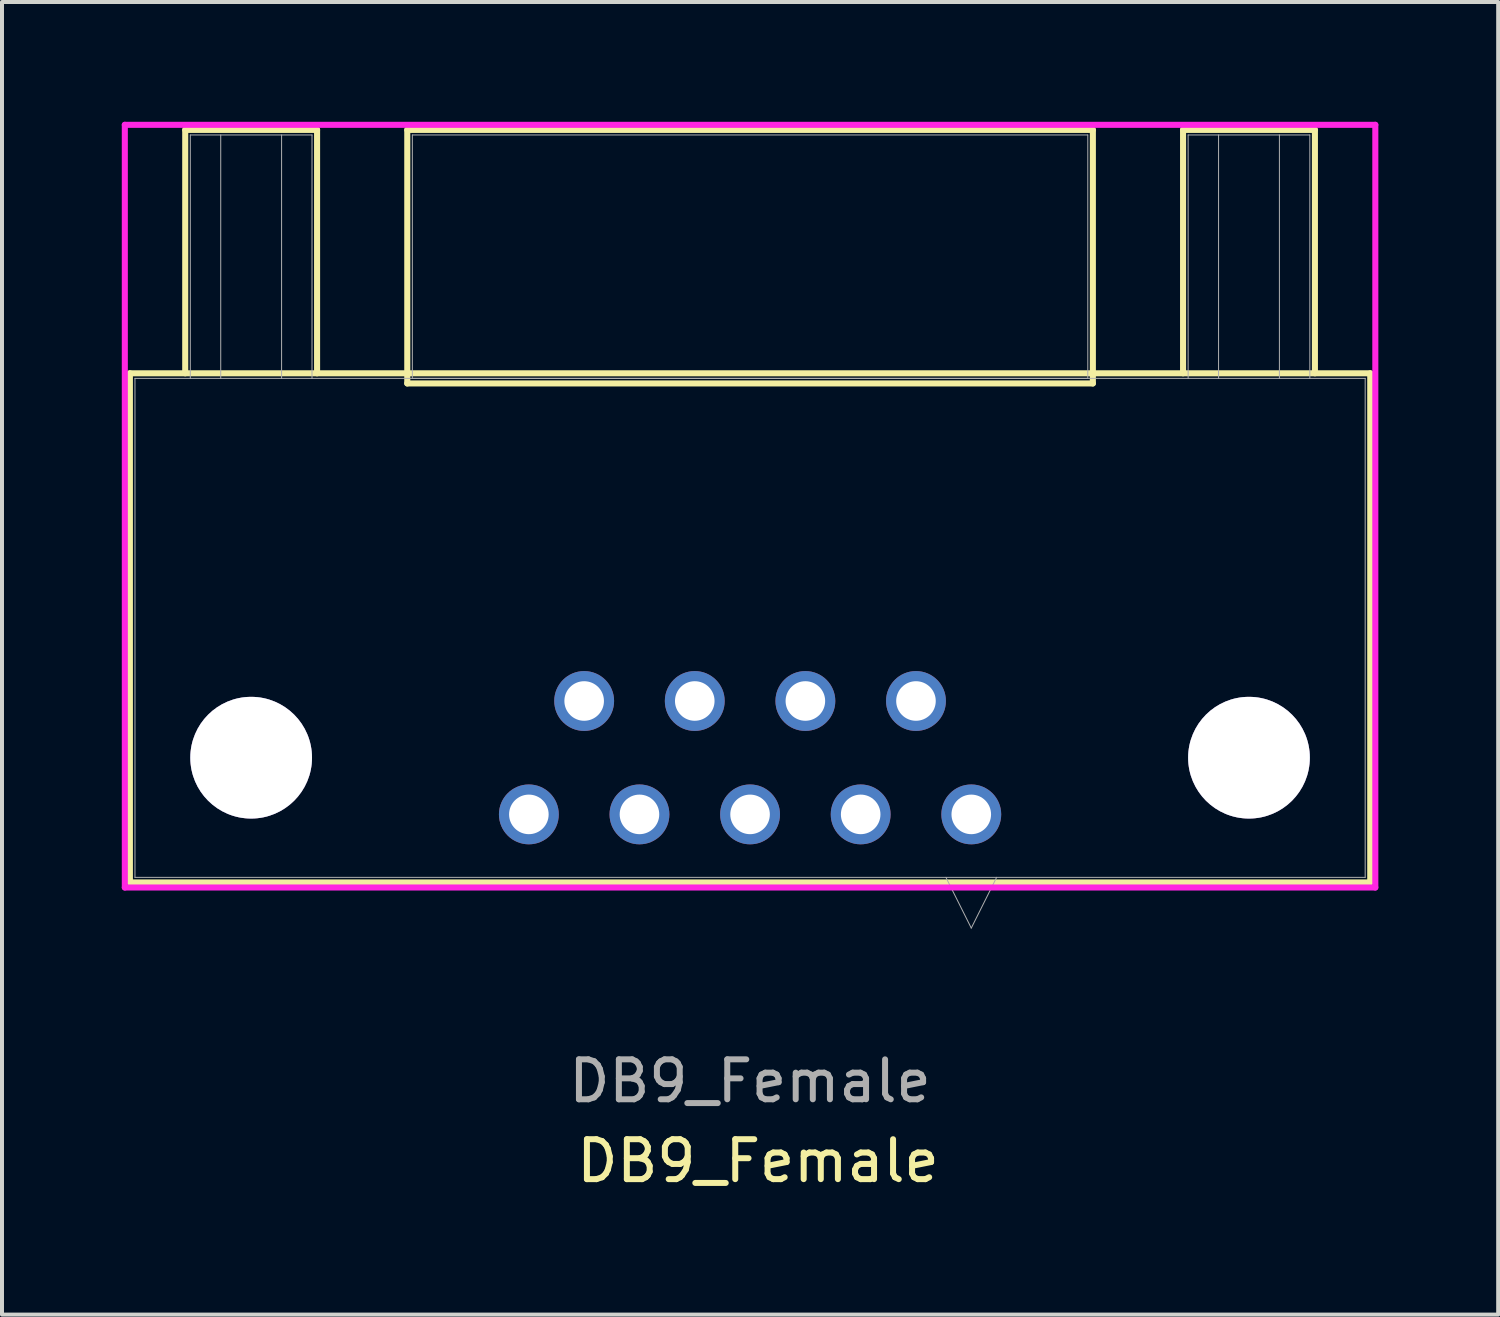
<source format=kicad_pcb>
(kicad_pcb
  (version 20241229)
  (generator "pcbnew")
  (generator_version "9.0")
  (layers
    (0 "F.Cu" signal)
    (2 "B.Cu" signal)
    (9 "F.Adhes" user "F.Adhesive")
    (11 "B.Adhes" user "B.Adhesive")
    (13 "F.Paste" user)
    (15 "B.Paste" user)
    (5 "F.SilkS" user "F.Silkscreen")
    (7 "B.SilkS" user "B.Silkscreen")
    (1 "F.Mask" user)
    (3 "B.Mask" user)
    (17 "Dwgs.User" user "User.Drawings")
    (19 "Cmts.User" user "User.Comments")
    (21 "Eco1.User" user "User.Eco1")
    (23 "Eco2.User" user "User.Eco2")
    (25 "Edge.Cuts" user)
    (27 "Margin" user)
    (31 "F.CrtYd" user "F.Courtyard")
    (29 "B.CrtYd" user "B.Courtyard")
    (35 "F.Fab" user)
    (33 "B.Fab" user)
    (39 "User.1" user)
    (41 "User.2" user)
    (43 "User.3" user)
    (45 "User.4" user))
  (footprint "DB9_Female"
    (layer "F.Cu")
    (at 15.735 6.426)
    (property "Reference" "DB9_Female" (at 0.2 19.6 0) (unlocked yes) (layer "F.SilkS") (effects (font (size 1 1) (thickness 0.15))))
    (attr through_hole)
    (fp_line (start -15.532 -0.127) (end -15.532 12.624) (stroke (width 0.152) (type solid)) (layer "F.SilkS"))
    (fp_line (start -15.532 12.624) (end 15.532 12.624) (stroke (width 0.152) (type solid)) (layer "F.SilkS"))
    (fp_line (start -14.146 -6.223) (end -10.844 -6.223) (stroke (width 0.152) (type solid)) (layer "F.SilkS"))
    (fp_line (start -14.146 -0.127) (end -14.146 -6.223) (stroke (width 0.152) (type solid)) (layer "F.SilkS"))
    (fp_line (start -10.844 -6.223) (end -10.844 -0.127) (stroke (width 0.152) (type solid)) (layer "F.SilkS"))
    (fp_line (start -8.585 -6.223) (end -8.585 0.127) (stroke (width 0.152) (type solid)) (layer "F.SilkS"))
    (fp_line (start -8.585 0.127) (end 8.585 0.127) (stroke (width 0.152) (type solid)) (layer "F.SilkS"))
    (fp_line (start 8.585 -6.223) (end -8.585 -6.223) (stroke (width 0.152) (type solid)) (layer "F.SilkS"))
    (fp_line (start 8.585 0.127) (end 8.585 -6.223) (stroke (width 0.152) (type solid)) (layer "F.SilkS"))
    (fp_line (start 10.844 -6.223) (end 14.146 -6.223) (stroke (width 0.152) (type solid)) (layer "F.SilkS"))
    (fp_line (start 10.844 -0.127) (end 10.844 -6.223) (stroke (width 0.152) (type solid)) (layer "F.SilkS"))
    (fp_line (start 14.146 -6.223) (end 14.146 -0.127) (stroke (width 0.152) (type solid)) (layer "F.SilkS"))
    (fp_line (start 15.532 -0.127) (end -15.532 -0.127) (stroke (width 0.152) (type solid)) (layer "F.SilkS"))
    (fp_line (start 15.532 12.624) (end 15.532 -0.127) (stroke (width 0.152) (type solid)) (layer "F.SilkS"))
    (fp_line (start -15.659 -6.35) (end -15.659 12.751) (stroke (width 0.152) (type solid)) (layer "F.CrtYd"))
    (fp_line (start -15.659 12.751) (end 15.659 12.751) (stroke (width 0.152) (type solid)) (layer "F.CrtYd"))
    (fp_line (start 15.659 -6.35) (end -15.659 -6.35) (stroke (width 0.152) (type solid)) (layer "F.CrtYd"))
    (fp_line (start 15.659 12.751) (end 15.659 -6.35) (stroke (width 0.152) (type solid)) (layer "F.CrtYd"))
    (fp_line (start -15.405 0) (end -15.405 12.497) (stroke (width 0.025) (type solid)) (layer "F.Fab"))
    (fp_line (start -15.405 12.497) (end 15.405 12.497) (stroke (width 0.025) (type solid)) (layer "F.Fab"))
    (fp_line (start -14.019 -6.096) (end -10.971 -6.096) (stroke (width 0.025) (type solid)) (layer "F.Fab"))
    (fp_line (start -14.019 0) (end -14.019 -6.096) (stroke (width 0.025) (type solid)) (layer "F.Fab"))
    (fp_line (start -13.257 0) (end -13.257 -6.096) (stroke (width 0.025) (type solid)) (layer "F.Fab"))
    (fp_line (start -11.733 -6.096) (end -11.733 0) (stroke (width 0.025) (type solid)) (layer "F.Fab"))
    (fp_line (start -10.971 -6.096) (end -10.971 0) (stroke (width 0.025) (type solid)) (layer "F.Fab"))
    (fp_line (start -8.458 -6.096) (end -8.458 0) (stroke (width 0.025) (type solid)) (layer "F.Fab"))
    (fp_line (start -8.458 0) (end 8.458 0) (stroke (width 0.025) (type solid)) (layer "F.Fab"))
    (fp_line (start 4.905 12.497) (end 5.54 13.767) (stroke (width 0.025) (type solid)) (layer "F.Fab"))
    (fp_line (start 6.175 12.497) (end 5.54 13.767) (stroke (width 0.025) (type solid)) (layer "F.Fab"))
    (fp_line (start 8.458 -6.096) (end -8.458 -6.096) (stroke (width 0.025) (type solid)) (layer "F.Fab"))
    (fp_line (start 8.458 0) (end 8.458 -6.096) (stroke (width 0.025) (type solid)) (layer "F.Fab"))
    (fp_line (start 10.971 -6.096) (end 14.019 -6.096) (stroke (width 0.025) (type solid)) (layer "F.Fab"))
    (fp_line (start 10.971 0) (end 10.971 -6.096) (stroke (width 0.025) (type solid)) (layer "F.Fab"))
    (fp_line (start 11.733 0) (end 11.733 -6.096) (stroke (width 0.025) (type solid)) (layer "F.Fab"))
    (fp_line (start 13.257 -6.096) (end 13.257 0) (stroke (width 0.025) (type solid)) (layer "F.Fab"))
    (fp_line (start 14.019 -6.096) (end 14.019 0) (stroke (width 0.025) (type solid)) (layer "F.Fab"))
    (fp_line (start 15.405 0) (end -15.405 0) (stroke (width 0.025) (type solid)) (layer "F.Fab"))
    (fp_line (start 15.405 12.497) (end 15.405 0) (stroke (width 0.025) (type solid)) (layer "F.Fab"))
    (fp_text user "${REFERENCE}" (at 0 17.6 0) (unlocked yes) (layer "F.Fab") (effects (font (size 1 1) (thickness 0.15))))
    (pad "1" thru_hole circle (at 5.54 10.92) (size 1.499 1.499) (drill 0.991) (layers "*.Cu" "*.Mask"))
    (pad "2" thru_hole circle (at 2.77 10.92) (size 1.499 1.499) (drill 0.991) (layers "*.Cu" "*.Mask"))
    (pad "3" thru_hole circle (at 0 10.92) (size 1.499 1.499) (drill 0.991) (layers "*.Cu" "*.Mask"))
    (pad "4" thru_hole circle (at -2.77 10.92) (size 1.499 1.499) (drill 0.991) (layers "*.Cu" "*.Mask"))
    (pad "5" thru_hole circle (at -5.54 10.92) (size 1.499 1.499) (drill 0.991) (layers "*.Cu" "*.Mask"))
    (pad "6" thru_hole circle (at 4.155 8.08) (size 1.499 1.499) (drill 0.991) (layers "*.Cu" "*.Mask"))
    (pad "7" thru_hole circle (at 1.385 8.08) (size 1.499 1.499) (drill 0.991) (layers "*.Cu" "*.Mask"))
    (pad "8" thru_hole circle (at -1.385 8.08) (size 1.499 1.499) (drill 0.991) (layers "*.Cu" "*.Mask"))
    (pad "9" thru_hole circle (at -4.155 8.08) (size 1.499 1.499) (drill 0.991) (layers "*.Cu" "*.Mask"))
    (pad "10" thru_hole circle (at -12.495 9.5) (size 3.048 3.048) (drill 3.048) (layers "*.Cu" "*.Mask"))
    (pad "11" thru_hole circle (at 12.495 9.5) (size 3.048 3.048) (drill 3.048) (layers "*.Cu" "*.Mask")))
  (gr_rect
    (start -3 -3)
    (end 34.471 29.874)
    (stroke (width 0.1) (type default))
    (fill no)
    (layer "Edge.Cuts")))
</source>
